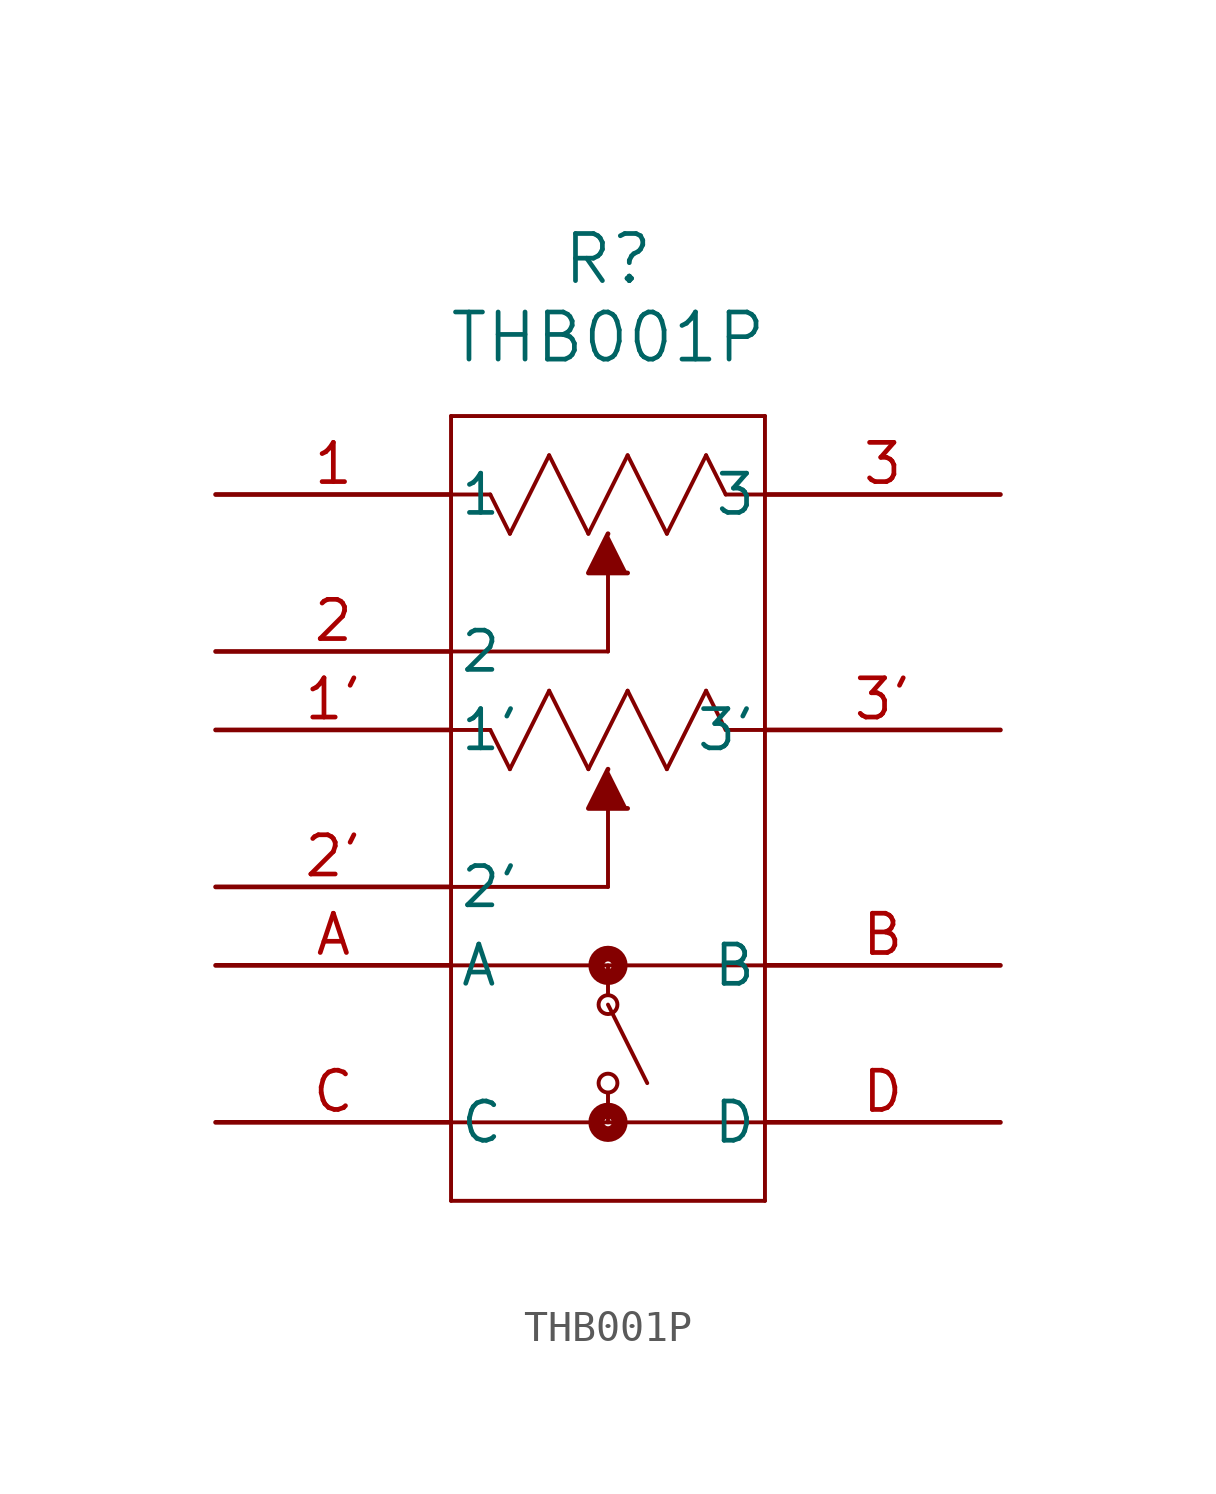
<source format=kicad_sym>
(kicad_symbol_lib
  (version 20211014)
  (generator kicad_symbol_editor)
  (symbol "THB001P"
    (pin_names
      (offset 0.254))
    (property "Reference" "R"
      (at 12.7 7.62 0)
      (effects (font (size 1.524 1.524))))
    (property "Value" "THB001P"
      (at 12.7 5.08 0)
      (effects (font (size 1.524 1.524))))
    (symbol "THB001P_0_1"
      (polyline (pts (xy 7.62 2.54) (xy 7.62 -22.86)) (stroke (width 0.127) (type default) (color 0 0 0 0)) (fill (type none)))
      (polyline (pts (xy 7.62 -22.86) (xy 17.78 -22.86)) (stroke (width 0.127) (type default) (color 0 0 0 0)) (fill (type none)))
      (polyline (pts (xy 17.78 -22.86) (xy 17.78 2.54)) (stroke (width 0.127) (type default) (color 0 0 0 0)) (fill (type none)))
      (polyline (pts (xy 17.78 2.54) (xy 7.62 2.54)) (stroke (width 0.127) (type default) (color 0 0 0 0)) (fill (type none)))
      (polyline (pts (xy 7.62 0) (xy 8.89 0)) (stroke (width 0.127) (type default) (color 0 0 0 0)) (fill (type none)))
      (polyline (pts (xy 8.89 0) (xy 9.525 -1.27)) (stroke (width 0.127) (type default) (color 0 0 0 0)) (fill (type none)))
      (polyline (pts (xy 9.525 -1.27) (xy 10.795 1.27)) (stroke (width 0.127) (type default) (color 0 0 0 0)) (fill (type none)))
      (polyline (pts (xy 10.795 1.27) (xy 12.065 -1.27)) (stroke (width 0.127) (type default) (color 0 0 0 0)) (fill (type none)))
      (polyline (pts (xy 12.065 -1.27) (xy 13.335 1.27)) (stroke (width 0.127) (type default) (color 0 0 0 0)) (fill (type none)))
      (polyline (pts (xy 13.335 1.27) (xy 14.605 -1.27)) (stroke (width 0.127) (type default) (color 0 0 0 0)) (fill (type none)))
      (polyline (pts (xy 14.605 -1.27) (xy 15.875 1.27)) (stroke (width 0.127) (type default) (color 0 0 0 0)) (fill (type none)))
      (polyline (pts (xy 15.875 1.27) (xy 16.51 0)) (stroke (width 0.127) (type default) (color 0 0 0 0)) (fill (type none)))
      (polyline (pts (xy 16.51 0) (xy 17.78 0)) (stroke (width 0.127) (type default) (color 0 0 0 0)) (fill (type none)))
      (polyline (pts (xy 7.62 -5.08) (xy 12.7 -5.08)) (stroke (width 0.127) (type default) (color 0 0 0 0)) (fill (type none)))
      (polyline (pts (xy 12.7 -5.08) (xy 12.7 -2.54)) (stroke (width 0.127) (type default) (color 0 0 0 0)) (fill (type none)))
      (polyline (pts (xy 7.62 -7.62) (xy 8.89 -7.62)) (stroke (width 0.127) (type default) (color 0 0 0 0)) (fill (type none)))
      (polyline (pts (xy 8.89 -7.62) (xy 9.525 -8.89)) (stroke (width 0.127) (type default) (color 0 0 0 0)) (fill (type none)))
      (polyline (pts (xy 9.525 -8.89) (xy 10.795 -6.35)) (stroke (width 0.127) (type default) (color 0 0 0 0)) (fill (type none)))
      (polyline (pts (xy 10.795 -6.35) (xy 12.065 -8.89)) (stroke (width 0.127) (type default) (color 0 0 0 0)) (fill (type none)))
      (polyline (pts (xy 12.065 -8.89) (xy 13.335 -6.35)) (stroke (width 0.127) (type default) (color 0 0 0 0)) (fill (type none)))
      (polyline (pts (xy 13.335 -6.35) (xy 14.605 -8.89)) (stroke (width 0.127) (type default) (color 0 0 0 0)) (fill (type none)))
      (polyline (pts (xy 14.605 -8.89) (xy 15.875 -6.35)) (stroke (width 0.127) (type default) (color 0 0 0 0)) (fill (type none)))
      (polyline (pts (xy 15.875 -6.35) (xy 16.51 -7.62)) (stroke (width 0.127) (type default) (color 0 0 0 0)) (fill (type none)))
      (polyline (pts (xy 16.51 -7.62) (xy 17.78 -7.62)) (stroke (width 0.127) (type default) (color 0 0 0 0)) (fill (type none)))
      (polyline (pts (xy 7.62 -12.7) (xy 12.7 -12.7)) (stroke (width 0.127) (type default) (color 0 0 0 0)) (fill (type none)))
      (polyline (pts (xy 12.7 -12.7) (xy 12.7 -10.16)) (stroke (width 0.127) (type default) (color 0 0 0 0)) (fill (type none)))
      (polyline (pts (xy 12.7 -1.27) (xy 12.065 -2.54) (xy 13.335 -2.54)) (stroke (width 0) (type default) (color 0 0 0 0)) (fill (type outline)))
      (polyline (pts (xy 12.7 -8.89) (xy 12.065 -10.16) (xy 13.335 -10.16)) (stroke (width 0) (type default) (color 0 0 0 0)) (fill (type outline)))
      (polyline (pts (xy 7.62 -20.32) (xy 17.78 -20.32)) (stroke (width 0.127) (type default) (color 0 0 0 0)) (fill (type none)))
      (polyline (pts (xy 7.62 -15.24) (xy 17.78 -15.24)) (stroke (width 0.127) (type default) (color 0 0 0 0)) (fill (type none)))
      (circle (center 12.7 -15.24) (radius 0.127) (stroke (width 0.508) (type default) (color 0 0 0 0)) (fill (type none)))
      (polyline (pts (xy 12.7 -19.367) (xy 12.7 -20.32)) (stroke (width 0.127) (type default) (color 0 0 0 0)) (fill (type none)))
      (circle (center 12.7 -20.32) (radius 0.127) (stroke (width 0.508) (type default) (color 0 0 0 0)) (fill (type none)))
      (polyline (pts (xy 12.7 -16.51) (xy 13.97 -19.05)) (stroke (width 0.127) (type default) (color 0 0 0 0)) (fill (type none)))
      (circle (center 12.7 -16.51) (radius 0.305) (stroke (width 0.127) (type default) (color 0 0 0 0)) (fill (type none)))
      (circle (center 12.7 -19.05) (radius 0.305) (stroke (width 0.127) (type default) (color 0 0 0 0)) (fill (type none)))
      (polyline (pts (xy 12.7 -16.192) (xy 12.7 -15.24)) (stroke (width 0.127) (type default) (color 0 0 0 0)) (fill (type none)))
      (pin unspecified line (at 0 0 0) (length 7.62) (name "1" (effects (font (size 1.27 1.27)))) (number "1" (effects (font (size 1.27 1.27)))))
      (pin unspecified line (at 0 -7.62 0) (length 7.62) (name "1'" (effects (font (size 1.27 1.27)))) (number "1'" (effects (font (size 1.27 1.27)))))
      (pin unspecified line (at 0 -5.08 0) (length 7.62) (name "2" (effects (font (size 1.27 1.27)))) (number "2" (effects (font (size 1.27 1.27)))))
      (pin unspecified line (at 0 -12.7 0) (length 7.62) (name "2'" (effects (font (size 1.27 1.27)))) (number "2'" (effects (font (size 1.27 1.27)))))
      (pin unspecified line (at 25.4 0 180) (length 7.62) (name "3" (effects (font (size 1.27 1.27)))) (number "3" (effects (font (size 1.27 1.27)))))
      (pin unspecified line (at 25.4 -7.62 180) (length 7.62) (name "3'" (effects (font (size 1.27 1.27)))) (number "3'" (effects (font (size 1.27 1.27)))))
      (pin unspecified line (at 0 -15.24 0) (length 7.62) (name "A" (effects (font (size 1.27 1.27)))) (number "A" (effects (font (size 1.27 1.27)))))
      (pin unspecified line (at 25.4 -15.24 180) (length 7.62) (name "B" (effects (font (size 1.27 1.27)))) (number "B" (effects (font (size 1.27 1.27)))))
      (pin unspecified line (at 0 -20.32 0) (length 7.62) (name "C" (effects (font (size 1.27 1.27)))) (number "C" (effects (font (size 1.27 1.27)))))
      (pin unspecified line (at 25.4 -20.32 180) (length 7.62) (name "D" (effects (font (size 1.27 1.27)))) (number "D" (effects (font (size 1.27 1.27))))))))
</source>
